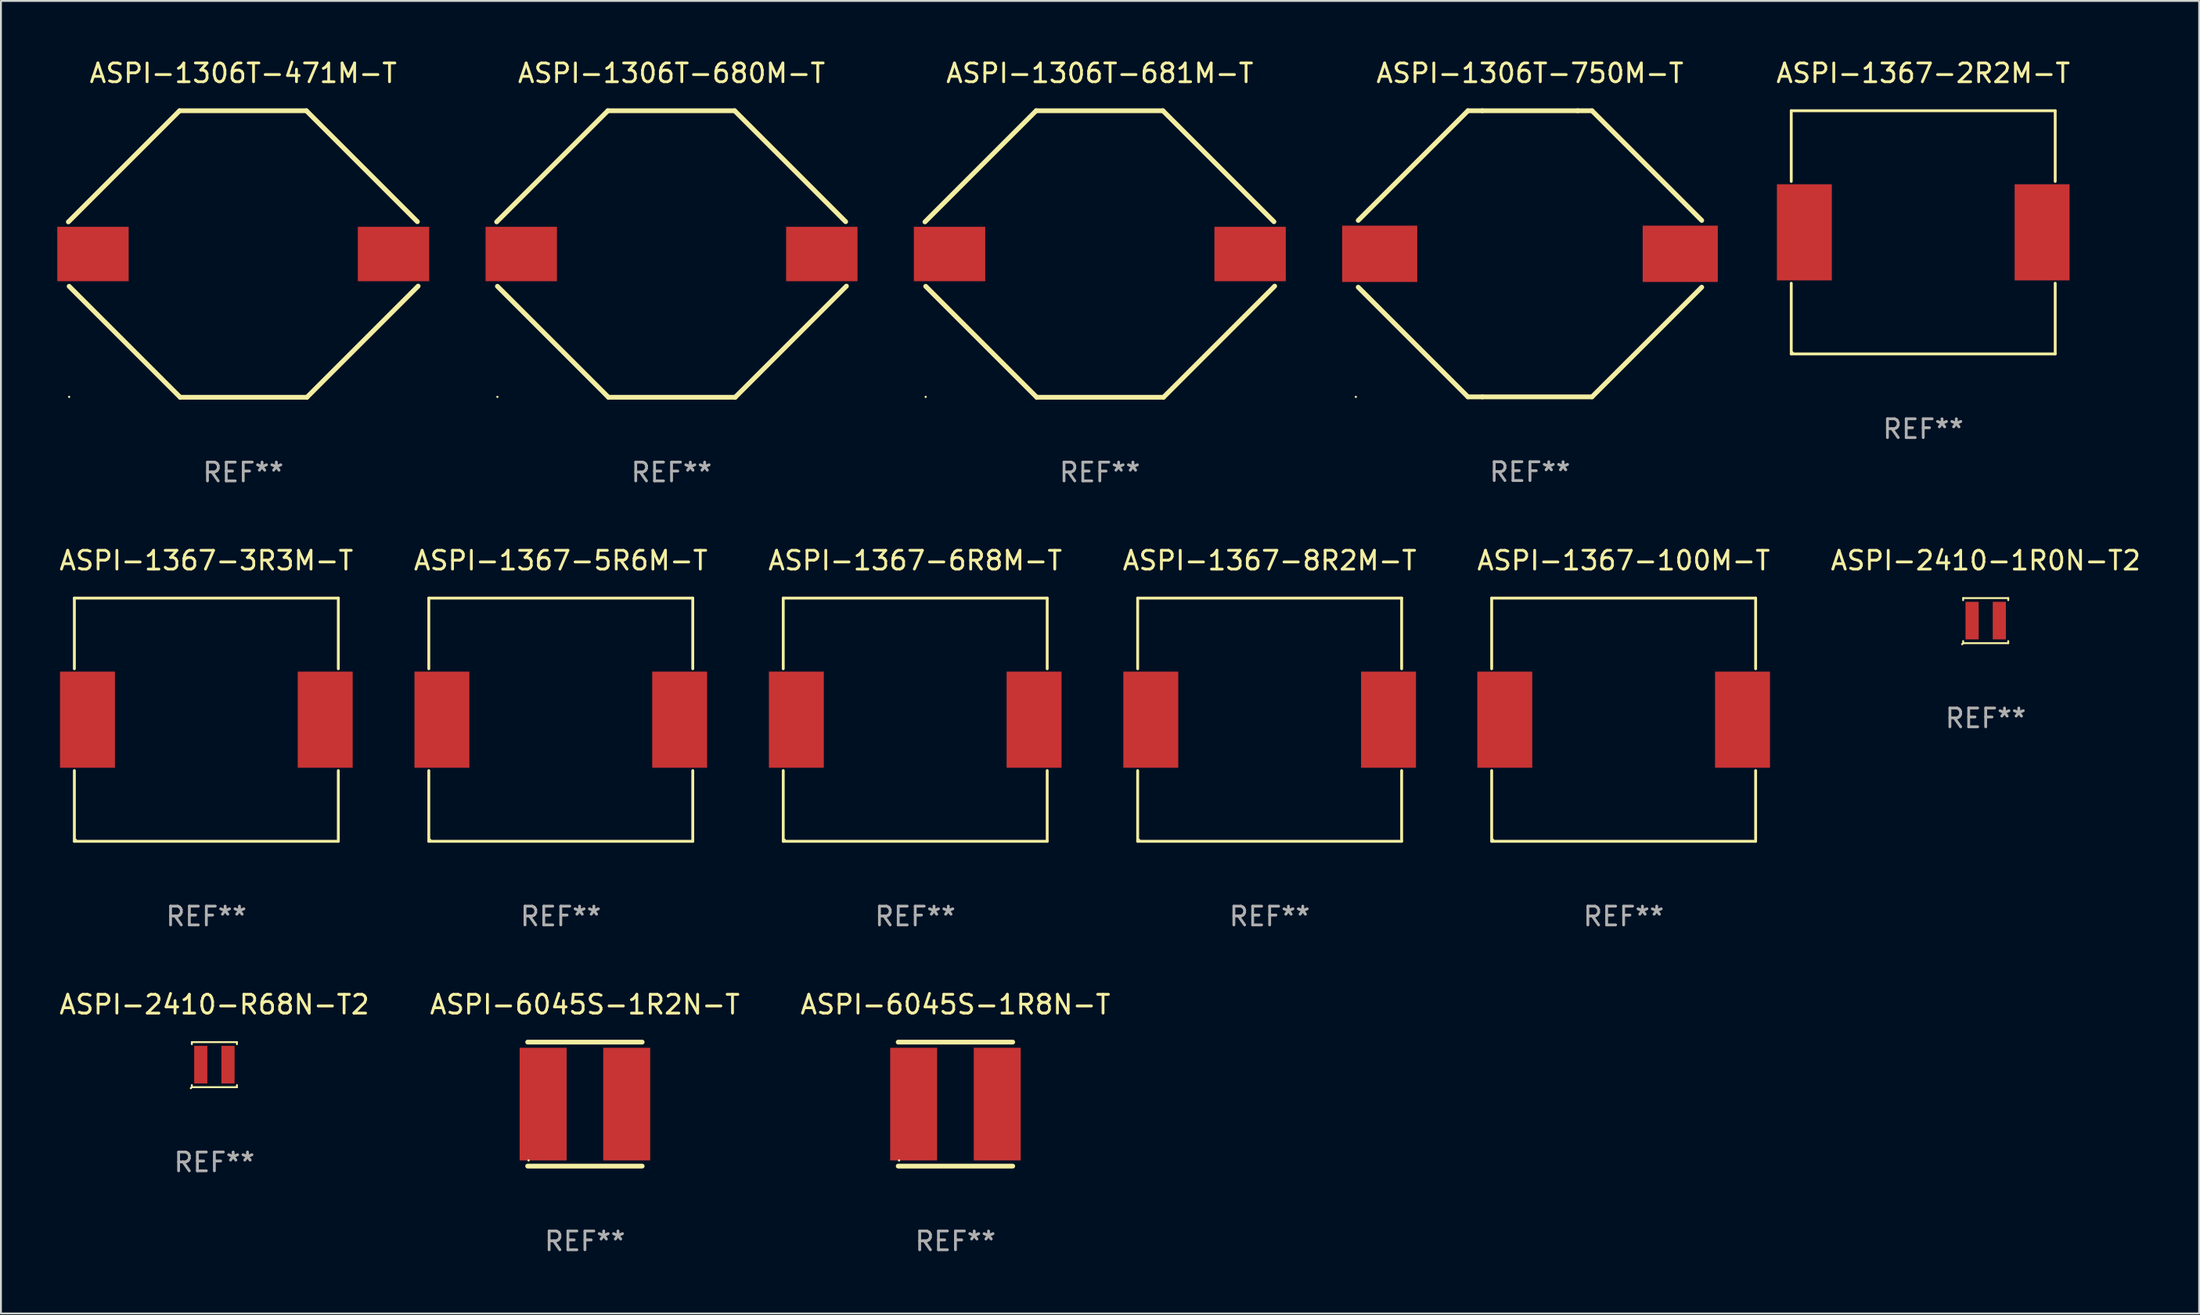
<source format=kicad_pcb>
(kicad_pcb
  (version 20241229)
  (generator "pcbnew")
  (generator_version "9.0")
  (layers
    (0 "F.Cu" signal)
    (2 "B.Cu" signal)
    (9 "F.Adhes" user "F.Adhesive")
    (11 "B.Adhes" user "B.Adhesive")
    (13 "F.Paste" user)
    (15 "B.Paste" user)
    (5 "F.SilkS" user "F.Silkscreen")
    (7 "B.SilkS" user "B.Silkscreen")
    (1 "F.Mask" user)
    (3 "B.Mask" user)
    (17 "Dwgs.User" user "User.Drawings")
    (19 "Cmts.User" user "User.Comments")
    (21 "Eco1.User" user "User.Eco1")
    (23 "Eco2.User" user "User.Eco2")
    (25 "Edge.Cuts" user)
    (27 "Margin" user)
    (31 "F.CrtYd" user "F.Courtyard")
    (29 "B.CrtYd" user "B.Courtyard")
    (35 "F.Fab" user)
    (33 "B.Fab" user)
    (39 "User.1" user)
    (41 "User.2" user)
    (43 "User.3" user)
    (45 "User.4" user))
  (footprint "ASPI-1367-6R8M-T"
    (layer "F.Cu")
    (at 45.673 35.281)
    (property "Reference" "ASPI-1367-6R8M-T" (at 0 -8.476 0) (layer "F.SilkS") (effects (font (size 1 1) (thickness 0.15))))
    (attr through_hole)
    (fp_line (start -7.026 -6.476) (end 7.026 -6.476) (stroke (width 0.152) (type solid)) (layer "F.SilkS"))
    (fp_line (start -7.026 -2.712) (end -7.026 -6.476) (stroke (width 0.152) (type solid)) (layer "F.SilkS"))
    (fp_line (start -7.026 2.712) (end -7.026 6.476) (stroke (width 0.152) (type solid)) (layer "F.SilkS"))
    (fp_line (start -7.026 6.476) (end 7.026 6.476) (stroke (width 0.152) (type solid)) (layer "F.SilkS"))
    (fp_line (start 7.026 -6.476) (end 7.026 -2.712) (stroke (width 0.152) (type solid)) (layer "F.SilkS"))
    (fp_line (start 7.026 6.476) (end 7.026 2.712) (stroke (width 0.152) (type solid)) (layer "F.SilkS"))
    (fp_circle (center -6.95 6.4) (end -6.92 6.4) (stroke (width 0.06) (type solid)) (fill no) (layer "F.SilkS"))
    (fp_text user "REF**" (at 0 10.476 0) (layer "F.Fab") (effects (font (size 1 1) (thickness 0.15))))
    (pad "1" smd rect (at 6.328 0) (size 2.924 5.12) (layers "F.Cu" "F.Mask" "F.Paste"))
    (pad "2" smd rect (at -6.328 0) (size 2.924 5.12) (layers "F.Cu" "F.Mask" "F.Paste")))
  (footprint "ASPI-1306T-680M-T"
    (layer "F.Cu")
    (at 32.7 10.478)
    (property "Reference" "ASPI-1306T-680M-T" (at 0 -9.63 0) (layer "F.SilkS") (effects (font (size 1 1) (thickness 0.15))))
    (attr through_hole)
    (fp_line (start -9.27 1.72) (end -3.36 7.63) (stroke (width 0.254) (type solid)) (layer "F.SilkS"))
    (fp_line (start -3.39 -7.63) (end -9.31 -1.71) (stroke (width 0.254) (type solid)) (layer "F.SilkS"))
    (fp_line (start -3.36 7.63) (end 3.39 7.63) (stroke (width 0.254) (type solid)) (layer "F.SilkS"))
    (fp_line (start 3.36 -7.63) (end -3.39 -7.63) (stroke (width 0.254) (type solid)) (layer "F.SilkS"))
    (fp_line (start 3.39 7.63) (end 9.31 1.71) (stroke (width 0.254) (type solid)) (layer "F.SilkS"))
    (fp_line (start 9.27 -1.72) (end 3.36 -7.63) (stroke (width 0.254) (type solid)) (layer "F.SilkS"))
    (fp_circle (center -9.27 7.61) (end -9.24 7.61) (stroke (width 0.06) (type solid)) (fill no) (layer "F.SilkS"))
    (fp_text user "REF**" (at 0 11.63 0) (layer "F.Fab") (effects (font (size 1 1) (thickness 0.15))))
    (pad "1" smd rect (at -8 0.000025 180) (size 3.8 2.9) (layers "F.Cu" "F.Mask" "F.Paste"))
    (pad "2" smd rect (at 8 0.000025 180) (size 3.8 2.9) (layers "F.Cu" "F.Mask" "F.Paste")))
  (footprint "ASPI-1306T-681M-T"
    (layer "F.Cu")
    (at 55.5 10.478)
    (property "Reference" "ASPI-1306T-681M-T" (at 0 -9.63 0) (layer "F.SilkS") (effects (font (size 1 1) (thickness 0.15))))
    (attr through_hole)
    (fp_line (start -9.27 1.72) (end -3.36 7.63) (stroke (width 0.254) (type solid)) (layer "F.SilkS"))
    (fp_line (start -3.39 -7.63) (end -9.31 -1.71) (stroke (width 0.254) (type solid)) (layer "F.SilkS"))
    (fp_line (start -3.36 7.63) (end 3.39 7.63) (stroke (width 0.254) (type solid)) (layer "F.SilkS"))
    (fp_line (start 3.36 -7.63) (end -3.39 -7.63) (stroke (width 0.254) (type solid)) (layer "F.SilkS"))
    (fp_line (start 3.39 7.63) (end 9.31 1.71) (stroke (width 0.254) (type solid)) (layer "F.SilkS"))
    (fp_line (start 9.27 -1.72) (end 3.36 -7.63) (stroke (width 0.254) (type solid)) (layer "F.SilkS"))
    (fp_circle (center -9.27 7.61) (end -9.24 7.61) (stroke (width 0.06) (type solid)) (fill no) (layer "F.SilkS"))
    (fp_text user "REF**" (at 0 11.63 0) (layer "F.Fab") (effects (font (size 1 1) (thickness 0.15))))
    (pad "1" smd rect (at -8 0.000025 180) (size 3.8 2.9) (layers "F.Cu" "F.Mask" "F.Paste"))
    (pad "2" smd rect (at 8 0.000025 180) (size 3.8 2.9) (layers "F.Cu" "F.Mask" "F.Paste")))
  (footprint "ASPI-1306T-471M-T"
    (layer "F.Cu")
    (at 9.9 10.478)
    (property "Reference" "ASPI-1306T-471M-T" (at 0 -9.63 0) (layer "F.SilkS") (effects (font (size 1 1) (thickness 0.15))))
    (attr through_hole)
    (fp_line (start -9.27 1.72) (end -3.36 7.63) (stroke (width 0.254) (type solid)) (layer "F.SilkS"))
    (fp_line (start -3.39 -7.63) (end -9.31 -1.71) (stroke (width 0.254) (type solid)) (layer "F.SilkS"))
    (fp_line (start -3.36 7.63) (end 3.39 7.63) (stroke (width 0.254) (type solid)) (layer "F.SilkS"))
    (fp_line (start 3.36 -7.63) (end -3.39 -7.63) (stroke (width 0.254) (type solid)) (layer "F.SilkS"))
    (fp_line (start 3.39 7.63) (end 9.31 1.71) (stroke (width 0.254) (type solid)) (layer "F.SilkS"))
    (fp_line (start 9.27 -1.72) (end 3.36 -7.63) (stroke (width 0.254) (type solid)) (layer "F.SilkS"))
    (fp_circle (center -9.27 7.61) (end -9.24 7.61) (stroke (width 0.06) (type solid)) (fill no) (layer "F.SilkS"))
    (fp_text user "REF**" (at 0 11.63 0) (layer "F.Fab") (effects (font (size 1 1) (thickness 0.15))))
    (pad "1" smd rect (at -8 0.000025 180) (size 3.8 2.9) (layers "F.Cu" "F.Mask" "F.Paste"))
    (pad "2" smd rect (at 8 0.000025 180) (size 3.8 2.9) (layers "F.Cu" "F.Mask" "F.Paste")))
  (footprint "ASPI-1367-3R3M-T"
    (layer "F.Cu")
    (at 7.935 35.281)
    (property "Reference" "ASPI-1367-3R3M-T" (at 0 -8.476 0) (layer "F.SilkS") (effects (font (size 1 1) (thickness 0.15))))
    (attr through_hole)
    (fp_line (start -7.026 -6.476) (end 7.026 -6.476) (stroke (width 0.152) (type solid)) (layer "F.SilkS"))
    (fp_line (start -7.026 -2.712) (end -7.026 -6.476) (stroke (width 0.152) (type solid)) (layer "F.SilkS"))
    (fp_line (start -7.026 2.712) (end -7.026 6.476) (stroke (width 0.152) (type solid)) (layer "F.SilkS"))
    (fp_line (start -7.026 6.476) (end 7.026 6.476) (stroke (width 0.152) (type solid)) (layer "F.SilkS"))
    (fp_line (start 7.026 -6.476) (end 7.026 -2.712) (stroke (width 0.152) (type solid)) (layer "F.SilkS"))
    (fp_line (start 7.026 6.476) (end 7.026 2.712) (stroke (width 0.152) (type solid)) (layer "F.SilkS"))
    (fp_circle (center -6.95 6.4) (end -6.92 6.4) (stroke (width 0.06) (type solid)) (fill no) (layer "F.SilkS"))
    (fp_text user "REF**" (at 0 10.476 0) (layer "F.Fab") (effects (font (size 1 1) (thickness 0.15))))
    (pad "1" smd rect (at 6.328 0) (size 2.924 5.12) (layers "F.Cu" "F.Mask" "F.Paste"))
    (pad "2" smd rect (at -6.328 0) (size 2.924 5.12) (layers "F.Cu" "F.Mask" "F.Paste")))
  (footprint "ASPI-1367-5R6M-T"
    (layer "F.Cu")
    (at 26.804 35.281)
    (property "Reference" "ASPI-1367-5R6M-T" (at 0 -8.476 0) (layer "F.SilkS") (effects (font (size 1 1) (thickness 0.15))))
    (attr through_hole)
    (fp_line (start -7.026 -6.476) (end 7.026 -6.476) (stroke (width 0.152) (type solid)) (layer "F.SilkS"))
    (fp_line (start -7.026 -2.712) (end -7.026 -6.476) (stroke (width 0.152) (type solid)) (layer "F.SilkS"))
    (fp_line (start -7.026 2.712) (end -7.026 6.476) (stroke (width 0.152) (type solid)) (layer "F.SilkS"))
    (fp_line (start -7.026 6.476) (end 7.026 6.476) (stroke (width 0.152) (type solid)) (layer "F.SilkS"))
    (fp_line (start 7.026 -6.476) (end 7.026 -2.712) (stroke (width 0.152) (type solid)) (layer "F.SilkS"))
    (fp_line (start 7.026 6.476) (end 7.026 2.712) (stroke (width 0.152) (type solid)) (layer "F.SilkS"))
    (fp_circle (center -6.95 6.4) (end -6.92 6.4) (stroke (width 0.06) (type solid)) (fill no) (layer "F.SilkS"))
    (fp_text user "REF**" (at 0 10.476 0) (layer "F.Fab") (effects (font (size 1 1) (thickness 0.15))))
    (pad "1" smd rect (at 6.328 0) (size 2.924 5.12) (layers "F.Cu" "F.Mask" "F.Paste"))
    (pad "2" smd rect (at -6.328 0) (size 2.924 5.12) (layers "F.Cu" "F.Mask" "F.Paste")))
  (footprint "ASPI-2410-1R0N-T2"
    (layer "F.Cu")
    (at 102.661 30.005)
    (property "Reference" "ASPI-2410-1R0N-T2" (at 0 -3.2 0) (layer "F.SilkS") (effects (font (size 1 1) (thickness 0.15))))
    (attr through_hole)
    (fp_line (start -1.2 -1.2) (end 1.2 -1.2) (stroke (width 0.102) (type solid)) (layer "F.SilkS"))
    (fp_line (start -1.2 -1.09) (end -1.2 -1.2) (stroke (width 0.102) (type solid)) (layer "F.SilkS"))
    (fp_line (start -1.2 1.2) (end -1.2 1.09) (stroke (width 0.102) (type solid)) (layer "F.SilkS"))
    (fp_line (start 1.2 -1.2) (end 1.2 -1.09) (stroke (width 0.102) (type solid)) (layer "F.SilkS"))
    (fp_line (start 1.2 1.09) (end 1.2 1.2) (stroke (width 0.102) (type solid)) (layer "F.SilkS"))
    (fp_line (start 1.2 1.2) (end -1.2 1.2) (stroke (width 0.102) (type solid)) (layer "F.SilkS"))
    (fp_circle (center -1.251 1.251) (end -1.221 1.251) (stroke (width 0.06) (type solid)) (fill no) (layer "F.SilkS"))
    (fp_text user "REF**" (at 0 5.2 0) (layer "F.Fab") (effects (font (size 1 1) (thickness 0.15))))
    (pad "1" smd rect (at -0.725 0) (size 0.7 2) (layers "F.Cu" "F.Mask" "F.Paste"))
    (pad "2" smd rect (at 0.725 0) (size 0.7 2) (layers "F.Cu" "F.Mask" "F.Paste")))
  (footprint "ASPI-6045S-1R2N-T"
    (layer "F.Cu")
    (at 28.089 55.756)
    (property "Reference" "ASPI-6045S-1R2N-T" (at 0 -5.302 0) (layer "F.SilkS") (effects (font (size 1 1) (thickness 0.15))))
    (attr through_hole)
    (fp_line (start -3.048 3.302) (end 3.048 3.302) (stroke (width 0.254) (type solid)) (layer "F.SilkS"))
    (fp_line (start 3.048 -3.302) (end -3.048 -3.302) (stroke (width 0.254) (type solid)) (layer "F.SilkS"))
    (fp_circle (center -3 3) (end -2.97 3) (stroke (width 0.06) (type solid)) (fill no) (layer "F.SilkS"))
    (fp_text user "REF**" (at 0 7.302 0) (layer "F.Fab") (effects (font (size 1 1) (thickness 0.15))))
    (pad "1" smd rect (at -2.225 0) (size 2.5 6) (layers "F.Cu" "F.Mask" "F.Paste"))
    (pad "2" smd rect (at 2.225 0) (size 2.5 6) (layers "F.Cu" "F.Mask" "F.Paste")))
  (footprint "ASPI-6045S-1R8N-T"
    (layer "F.Cu")
    (at 47.815 55.756)
    (property "Reference" "ASPI-6045S-1R8N-T" (at 0 -5.302 0) (layer "F.SilkS") (effects (font (size 1 1) (thickness 0.15))))
    (attr through_hole)
    (fp_line (start -3.048 3.302) (end 3.048 3.302) (stroke (width 0.254) (type solid)) (layer "F.SilkS"))
    (fp_line (start 3.048 -3.302) (end -3.048 -3.302) (stroke (width 0.254) (type solid)) (layer "F.SilkS"))
    (fp_circle (center -3 3) (end -2.97 3) (stroke (width 0.06) (type solid)) (fill no) (layer "F.SilkS"))
    (fp_text user "REF**" (at 0 7.302 0) (layer "F.Fab") (effects (font (size 1 1) (thickness 0.15))))
    (pad "1" smd rect (at -2.225 0) (size 2.5 6) (layers "F.Cu" "F.Mask" "F.Paste"))
    (pad "2" smd rect (at 2.225 0) (size 2.5 6) (layers "F.Cu" "F.Mask" "F.Paste")))
  (footprint "ASPI-1367-2R2M-T"
    (layer "F.Cu")
    (at 99.335 9.324)
    (property "Reference" "ASPI-1367-2R2M-T" (at 0 -8.476 0) (layer "F.SilkS") (effects (font (size 1 1) (thickness 0.15))))
    (attr through_hole)
    (fp_line (start -7.026 -6.476) (end 7.026 -6.476) (stroke (width 0.152) (type solid)) (layer "F.SilkS"))
    (fp_line (start -7.026 -2.712) (end -7.026 -6.476) (stroke (width 0.152) (type solid)) (layer "F.SilkS"))
    (fp_line (start -7.026 2.712) (end -7.026 6.476) (stroke (width 0.152) (type solid)) (layer "F.SilkS"))
    (fp_line (start -7.026 6.476) (end 7.026 6.476) (stroke (width 0.152) (type solid)) (layer "F.SilkS"))
    (fp_line (start 7.026 -6.476) (end 7.026 -2.712) (stroke (width 0.152) (type solid)) (layer "F.SilkS"))
    (fp_line (start 7.026 6.476) (end 7.026 2.712) (stroke (width 0.152) (type solid)) (layer "F.SilkS"))
    (fp_circle (center -6.95 6.4) (end -6.92 6.4) (stroke (width 0.06) (type solid)) (fill no) (layer "F.SilkS"))
    (fp_text user "REF**" (at 0 10.476 0) (layer "F.Fab") (effects (font (size 1 1) (thickness 0.15))))
    (pad "1" smd rect (at 6.328 0) (size 2.924 5.12) (layers "F.Cu" "F.Mask" "F.Paste"))
    (pad "2" smd rect (at -6.328 0) (size 2.924 5.12) (layers "F.Cu" "F.Mask" "F.Paste")))
  (footprint "ASPI-1367-100M-T"
    (layer "F.Cu")
    (at 83.387 35.281)
    (property "Reference" "ASPI-1367-100M-T" (at 0 -8.476 0) (layer "F.SilkS") (effects (font (size 1 1) (thickness 0.15))))
    (attr through_hole)
    (fp_line (start -7.026 -6.476) (end 7.026 -6.476) (stroke (width 0.152) (type solid)) (layer "F.SilkS"))
    (fp_line (start -7.026 -2.712) (end -7.026 -6.476) (stroke (width 0.152) (type solid)) (layer "F.SilkS"))
    (fp_line (start -7.026 2.712) (end -7.026 6.476) (stroke (width 0.152) (type solid)) (layer "F.SilkS"))
    (fp_line (start -7.026 6.476) (end 7.026 6.476) (stroke (width 0.152) (type solid)) (layer "F.SilkS"))
    (fp_line (start 7.026 -6.476) (end 7.026 -2.712) (stroke (width 0.152) (type solid)) (layer "F.SilkS"))
    (fp_line (start 7.026 6.476) (end 7.026 2.712) (stroke (width 0.152) (type solid)) (layer "F.SilkS"))
    (fp_circle (center -6.95 6.4) (end -6.92 6.4) (stroke (width 0.06) (type solid)) (fill no) (layer "F.SilkS"))
    (fp_text user "REF**" (at 0 10.476 0) (layer "F.Fab") (effects (font (size 1 1) (thickness 0.15))))
    (pad "1" smd rect (at 6.328 0) (size 2.924 5.12) (layers "F.Cu" "F.Mask" "F.Paste"))
    (pad "2" smd rect (at -6.328 0) (size 2.924 5.12) (layers "F.Cu" "F.Mask" "F.Paste")))
  (footprint "ASPI-1367-8R2M-T"
    (layer "F.Cu")
    (at 64.542 35.281)
    (property "Reference" "ASPI-1367-8R2M-T" (at 0 -8.476 0) (layer "F.SilkS") (effects (font (size 1 1) (thickness 0.15))))
    (attr through_hole)
    (fp_line (start -7.026 -6.476) (end 7.026 -6.476) (stroke (width 0.152) (type solid)) (layer "F.SilkS"))
    (fp_line (start -7.026 -2.712) (end -7.026 -6.476) (stroke (width 0.152) (type solid)) (layer "F.SilkS"))
    (fp_line (start -7.026 2.712) (end -7.026 6.476) (stroke (width 0.152) (type solid)) (layer "F.SilkS"))
    (fp_line (start -7.026 6.476) (end 7.026 6.476) (stroke (width 0.152) (type solid)) (layer "F.SilkS"))
    (fp_line (start 7.026 -6.476) (end 7.026 -2.712) (stroke (width 0.152) (type solid)) (layer "F.SilkS"))
    (fp_line (start 7.026 6.476) (end 7.026 2.712) (stroke (width 0.152) (type solid)) (layer "F.SilkS"))
    (fp_circle (center -6.95 6.4) (end -6.92 6.4) (stroke (width 0.06) (type solid)) (fill no) (layer "F.SilkS"))
    (fp_text user "REF**" (at 0 10.476 0) (layer "F.Fab") (effects (font (size 1 1) (thickness 0.15))))
    (pad "1" smd rect (at 6.328 0) (size 2.924 5.12) (layers "F.Cu" "F.Mask" "F.Paste"))
    (pad "2" smd rect (at -6.328 0) (size 2.924 5.12) (layers "F.Cu" "F.Mask" "F.Paste")))
  (footprint "ASPI-2410-R68N-T2"
    (layer "F.Cu")
    (at 8.363 53.654)
    (property "Reference" "ASPI-2410-R68N-T2" (at 0 -3.2 0) (layer "F.SilkS") (effects (font (size 1 1) (thickness 0.15))))
    (attr through_hole)
    (fp_line (start -1.2 -1.2) (end 1.2 -1.2) (stroke (width 0.102) (type solid)) (layer "F.SilkS"))
    (fp_line (start -1.2 -1.09) (end -1.2 -1.2) (stroke (width 0.102) (type solid)) (layer "F.SilkS"))
    (fp_line (start -1.2 1.2) (end -1.2 1.09) (stroke (width 0.102) (type solid)) (layer "F.SilkS"))
    (fp_line (start 1.2 -1.2) (end 1.2 -1.09) (stroke (width 0.102) (type solid)) (layer "F.SilkS"))
    (fp_line (start 1.2 1.09) (end 1.2 1.2) (stroke (width 0.102) (type solid)) (layer "F.SilkS"))
    (fp_line (start 1.2 1.2) (end -1.2 1.2) (stroke (width 0.102) (type solid)) (layer "F.SilkS"))
    (fp_circle (center -1.251 1.251) (end -1.221 1.251) (stroke (width 0.06) (type solid)) (fill no) (layer "F.SilkS"))
    (fp_text user "REF**" (at 0 5.2 0) (layer "F.Fab") (effects (font (size 1 1) (thickness 0.15))))
    (pad "1" smd rect (at -0.725 0) (size 0.7 2) (layers "F.Cu" "F.Mask" "F.Paste"))
    (pad "2" smd rect (at 0.725 0) (size 0.7 2) (layers "F.Cu" "F.Mask" "F.Paste")))
  (footprint "ASPI-1306T-750M-T"
    (layer "F.Cu")
    (at 78.4 10.468)
    (property "Reference" "ASPI-1306T-750M-T" (at 0 -9.62 0) (layer "F.SilkS") (effects (font (size 1 1) (thickness 0.15))))
    (attr through_hole)
    (fp_line (start -3.302 -7.62) (end -9.144 -1.778) (stroke (width 0.254) (type solid)) (layer "F.SilkS"))
    (fp_line (start -3.302 7.62) (end -9.144 1.778) (stroke (width 0.254) (type solid)) (layer "F.SilkS"))
    (fp_line (start -2.541 -7.62) (end 2.539 -7.62) (stroke (width 0.254) (type solid)) (layer "F.SilkS"))
    (fp_line (start -2.541 7.62) (end 3.301 7.62) (stroke (width 0.254) (type solid)) (layer "F.SilkS"))
    (fp_line (start -2.54 -7.62) (end -3.302 -7.62) (stroke (width 0.254) (type solid)) (layer "F.SilkS"))
    (fp_line (start -2.54 7.62) (end -3.302 7.62) (stroke (width 0.254) (type solid)) (layer "F.SilkS"))
    (fp_line (start 2.54 -7.62) (end 3.302 -7.62) (stroke (width 0.254) (type solid)) (layer "F.SilkS"))
    (fp_line (start 3.301 7.62) (end 9.143 1.778) (stroke (width 0.254) (type solid)) (layer "F.SilkS"))
    (fp_line (start 3.302 -7.62) (end 9.144 -1.778) (stroke (width 0.254) (type solid)) (layer "F.SilkS"))
    (fp_circle (center -9.27 7.62) (end -9.24 7.62) (stroke (width 0.06) (type solid)) (fill no) (layer "F.SilkS"))
    (fp_text user "REF**" (at 0 11.62 0) (layer "F.Fab") (effects (font (size 1 1) (thickness 0.15))))
    (pad "1" smd rect (at -8 0) (size 4 3) (layers "F.Cu" "F.Mask" "F.Paste"))
    (pad "2" smd rect (at 8 0) (size 4 3) (layers "F.Cu" "F.Mask" "F.Paste")))
  (gr_rect
    (start -3 -3)
    (end 114.024 66.906)
    (stroke (width 0.1) (type default))
    (fill no)
    (layer "Edge.Cuts")))
</source>
